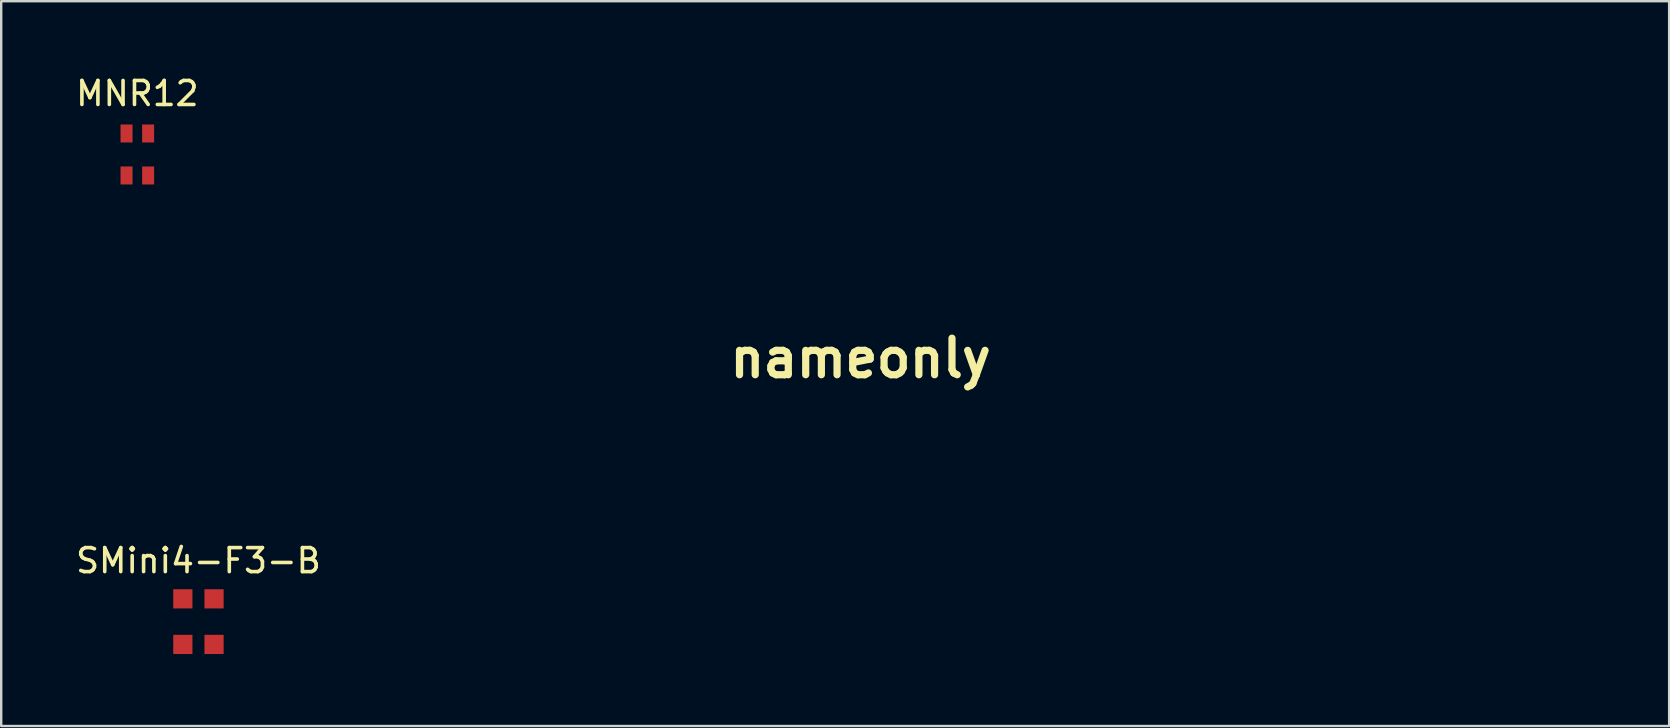
<source format=kicad_pcb>
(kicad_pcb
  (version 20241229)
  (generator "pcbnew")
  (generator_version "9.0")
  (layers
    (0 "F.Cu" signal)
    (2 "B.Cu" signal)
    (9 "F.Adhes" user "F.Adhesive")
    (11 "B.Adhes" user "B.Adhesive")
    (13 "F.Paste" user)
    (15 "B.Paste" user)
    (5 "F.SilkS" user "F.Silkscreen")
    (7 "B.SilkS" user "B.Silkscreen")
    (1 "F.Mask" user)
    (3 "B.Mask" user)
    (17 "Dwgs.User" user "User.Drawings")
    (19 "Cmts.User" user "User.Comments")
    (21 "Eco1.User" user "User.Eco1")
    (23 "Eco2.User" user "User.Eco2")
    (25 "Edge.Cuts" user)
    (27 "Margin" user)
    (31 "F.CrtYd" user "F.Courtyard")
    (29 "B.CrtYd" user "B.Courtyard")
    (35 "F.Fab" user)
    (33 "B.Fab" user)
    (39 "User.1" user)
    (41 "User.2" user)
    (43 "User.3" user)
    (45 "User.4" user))
  (footprint "SMini4-F3-B"
    (layer "F.Cu")
    (at 5.22 22.856)
    (property "Reference" "SMini4-F3-B" (at 0 -2.54 0) (layer "F.SilkS") (effects (font (size 1 1) (thickness 0.15))))
    (attr through_hole)
    (pad "1" smd rect (at -0.65 0.95) (size 0.8 0.8) (layers "F.Cu" "F.Mask" "F.Paste"))
    (pad "2" smd rect (at 0.65 0.95) (size 0.8 0.8) (layers "F.Cu" "F.Mask" "F.Paste"))
    (pad "3" smd rect (at 0.65 -0.95) (size 0.8 0.8) (layers "F.Cu" "F.Mask" "F.Paste"))
    (pad "4" smd rect (at -0.65 -0.95) (size 0.8 0.8) (layers "F.Cu" "F.Mask" "F.Paste")))
  (footprint "nameonly"
    (layer "F.Cu")
    (at 32.813 11.877)
    (property "Reference" "nameonly" (at 0 0 0) (layer "F.SilkS") (effects (font (size 1.524 1.524) (thickness 0.3))))
    (attr through_hole)
    (fp_poly (pts (xy 23.632 -3.657) (xy 23.922 -3.256) (xy 23.901 -3.087) (xy 23.464 -2.633) (xy 22.821 -2.554) (xy 22.394 -2.833) (xy 22.379 -3.405) (xy 22.514 -3.605) (xy 23.059 -3.812) (xy 23.632 -3.657)) (stroke (width 0.01) (type solid)) (fill yes) (layer "F.Mask"))
    (fp_poly (pts (xy 23.626 -1.355) (xy 23.836 -1.096) (xy 23.944 -0.495) (xy 23.984 0.585) (xy 23.989 1.587) (xy 23.976 3.046) (xy 23.915 3.936) (xy 23.773 4.397) (xy 23.519 4.567) (xy 23.283 4.586) (xy 22.94 4.53) (xy 22.731 4.271) (xy 22.622 3.67) (xy 22.582 2.59) (xy 22.578 1.587) (xy 22.591 0.129) (xy 22.652 -0.761) (xy 22.793 -1.222) (xy 23.048 -1.392) (xy 23.283 -1.411) (xy 23.626 -1.355)) (stroke (width 0.01) (type solid)) (fill yes) (layer "F.Mask"))
    (fp_poly (pts (xy -4.003 -1.179) (xy -3.881 -0.857) (xy -3.825 -0.489) (xy -3.543 -0.646) (xy -3.326 -0.857) (xy -2.595 -1.342) (xy -2.017 -1.307) (xy -1.765 -0.767) (xy -1.764 -0.717) (xy -1.921 -0.216) (xy -2.344 -0.245) (xy -3.014 -0.194) (xy -3.52 0.467) (xy -3.819 1.655) (xy -3.881 2.713) (xy -3.913 3.811) (xy -4.055 4.373) (xy -4.368 4.571) (xy -4.586 4.586) (xy -4.929 4.53) (xy -5.139 4.271) (xy -5.247 3.67) (xy -5.287 2.59) (xy -5.292 1.587) (xy -5.279 0.129) (xy -5.218 -0.761) (xy -5.076 -1.222) (xy -4.822 -1.392) (xy -4.586 -1.411) (xy -4.003 -1.179)) (stroke (width 0.01) (type solid)) (fill yes) (layer "F.Mask"))
    (fp_poly (pts (xy -29.463 -3.84) (xy -28.803 -3.696) (xy -28.579 -3.415) (xy -28.575 -3.351) (xy -28.808 -2.983) (xy -29.58 -2.832) (xy -29.986 -2.822) (xy -30.89 -2.785) (xy -31.291 -2.554) (xy -31.394 -1.952) (xy -31.397 -1.587) (xy -31.355 -0.797) (xy -31.091 -0.446) (xy -30.402 -0.356) (xy -29.986 -0.353) (xy -29.005 -0.265) (xy -28.601 0.024) (xy -28.575 0.176) (xy -28.808 0.544) (xy -29.58 0.696) (xy -29.986 0.706) (xy -30.889 0.74) (xy -31.291 0.977) (xy -31.394 1.622) (xy -31.397 2.117) (xy -31.397 3.528) (xy -29.81 3.528) (xy -28.763 3.597) (xy -28.287 3.833) (xy -28.222 4.057) (xy -28.375 4.354) (xy -28.922 4.519) (xy -29.995 4.582) (xy -30.515 4.586) (xy -32.808 4.586) (xy -32.808 -3.881) (xy -30.692 -3.881) (xy -29.463 -3.84)) (stroke (width 0.01) (type solid)) (fill yes) (layer "F.Mask"))
    (fp_poly (pts (xy 13.463 -3.665) (xy 13.917 -3.344) (xy 14.045 -2.933) (xy 14.062 -2.43) (xy 13.788 -2.336) (xy 13.065 -2.573) (xy 11.972 -2.769) (xy 11.164 -2.541) (xy 10.735 -2.028) (xy 10.774 -1.369) (xy 11.375 -0.704) (xy 11.708 -0.508) (xy 13.265 0.466) (xy 14.176 1.469) (xy 14.425 2.463) (xy 13.996 3.415) (xy 13.534 3.855) (xy 12.256 4.435) (xy 10.649 4.504) (xy 9.79 4.343) (xy 9.278 3.904) (xy 9.172 3.489) (xy 9.274 3.014) (xy 9.702 3.085) (xy 9.855 3.163) (xy 10.945 3.494) (xy 12.004 3.418) (xy 12.696 3.003) (xy 12.962 2.234) (xy 12.636 1.515) (xy 12.091 1.175) (xy 10.976 0.607) (xy 9.995 -0.188) (xy 9.338 -1.031) (xy 9.172 -1.58) (xy 9.493 -2.555) (xy 10.34 -3.32) (xy 11.541 -3.759) (xy 12.504 -3.809) (xy 13.463 -3.665)) (stroke (width 0.01) (type solid)) (fill yes) (layer "F.Mask"))
    (fp_poly (pts (xy 29.321 -1.362) (xy 30.022 -0.71) (xy 30.496 0.485) (xy 30.69 2.169) (xy 30.692 2.372) (xy 30.668 3.587) (xy 30.564 4.255) (xy 30.328 4.535) (xy 29.986 4.586) (xy 29.576 4.501) (xy 29.364 4.132) (xy 29.287 3.312) (xy 29.281 2.675) (xy 29.223 1.136) (xy 29.025 0.191) (xy 28.652 -0.267) (xy 28.255 -0.353) (xy 27.494 -0.135) (xy 27.032 0.571) (xy 26.829 1.842) (xy 26.811 2.54) (xy 26.784 3.698) (xy 26.663 4.315) (xy 26.394 4.555) (xy 26.106 4.586) (xy 25.762 4.53) (xy 25.553 4.271) (xy 25.444 3.67) (xy 25.405 2.59) (xy 25.4 1.587) (xy 25.413 0.129) (xy 25.474 -0.761) (xy 25.616 -1.222) (xy 25.87 -1.392) (xy 26.106 -1.411) (xy 26.696 -1.169) (xy 26.811 -0.827) (xy 26.862 -0.44) (xy 27.133 -0.546) (xy 27.456 -0.827) (xy 28.448 -1.419) (xy 29.321 -1.362)) (stroke (width 0.01) (type solid)) (fill yes) (layer "F.Mask"))
    (fp_poly (pts (xy -7.702 -1.155) (xy -7.068 -0.369) (xy -6.756 0.997) (xy -6.703 2.233) (xy -6.724 3.493) (xy -6.817 4.203) (xy -7.03 4.516) (xy -7.407 4.586) (xy -7.408 4.586) (xy -7.982 4.433) (xy -8.114 4.221) (xy -8.33 4.036) (xy -8.796 4.221) (xy -9.906 4.565) (xy -10.823 4.261) (xy -11.087 4.032) (xy -11.623 3.129) (xy -11.566 2.632) (xy -10.187 2.632) (xy -10.096 3.016) (xy -9.625 3.477) (xy -8.931 3.393) (xy -8.537 3.104) (xy -8.158 2.397) (xy -8.114 2.095) (xy -8.301 1.68) (xy -8.959 1.671) (xy -9.001 1.679) (xy -9.917 2.031) (xy -10.187 2.632) (xy -11.566 2.632) (xy -11.521 2.244) (xy -10.843 1.488) (xy -9.649 0.971) (xy -9.343 0.904) (xy -8.462 0.609) (xy -8.23 0.258) (xy -8.613 -0.03) (xy -9.575 -0.138) (xy -9.65 -0.136) (xy -10.552 -0.244) (xy -10.94 -0.55) (xy -10.751 -0.926) (xy -10.142 -1.189) (xy -8.71 -1.411) (xy -7.702 -1.155)) (stroke (width 0.01) (type solid)) (fill yes) (layer "F.Mask"))
    (fp_poly (pts (xy 16.631 -4.151) (xy 16.844 -3.796) (xy 16.924 -3) (xy 16.933 -2.238) (xy 16.948 -1.127) (xy 17.026 -0.602) (xy 17.224 -0.547) (xy 17.578 -0.827) (xy 18.57 -1.419) (xy 19.443 -1.362) (xy 20.144 -0.71) (xy 20.618 0.485) (xy 20.812 2.169) (xy 20.814 2.372) (xy 20.79 3.587) (xy 20.686 4.255) (xy 20.451 4.535) (xy 20.108 4.586) (xy 19.698 4.501) (xy 19.486 4.132) (xy 19.409 3.312) (xy 19.403 2.675) (xy 19.345 1.136) (xy 19.147 0.191) (xy 18.774 -0.267) (xy 18.377 -0.353) (xy 17.617 -0.135) (xy 17.154 0.571) (xy 16.951 1.842) (xy 16.933 2.54) (xy 16.906 3.698) (xy 16.786 4.315) (xy 16.516 4.555) (xy 16.228 4.586) (xy 15.935 4.546) (xy 15.737 4.349) (xy 15.615 3.881) (xy 15.55 3.027) (xy 15.526 1.672) (xy 15.522 0.176) (xy 15.529 -1.654) (xy 15.56 -2.893) (xy 15.635 -3.656) (xy 15.772 -4.057) (xy 15.989 -4.211) (xy 16.228 -4.233) (xy 16.631 -4.151)) (stroke (width 0.01) (type solid)) (fill yes) (layer "F.Mask"))
    (fp_poly (pts (xy 4.173 -4.193) (xy 4.372 -3.996) (xy 4.494 -3.528) (xy 4.558 -2.674) (xy 4.583 -1.319) (xy 4.586 0.176) (xy 4.58 2.006) (xy 4.548 3.246) (xy 4.473 4.008) (xy 4.337 4.41) (xy 4.12 4.564) (xy 3.881 4.586) (xy 3.29 4.344) (xy 3.175 4.002) (xy 3.125 3.615) (xy 2.853 3.721) (xy 2.53 4.002) (xy 1.5 4.53) (xy 0.395 4.384) (xy -0.545 3.72) (xy -1.248 2.629) (xy -1.361 1.847) (xy 0 1.847) (xy 0.275 2.88) (xy 1.037 3.449) (xy 1.587 3.528) (xy 2.397 3.337) (xy 2.752 3.104) (xy 3.055 2.467) (xy 3.175 1.587) (xy 2.948 0.412) (xy 2.265 -0.226) (xy 1.529 -0.353) (xy 0.704 -0.036) (xy 0.161 0.814) (xy 0 1.847) (xy -1.361 1.847) (xy -1.419 1.445) (xy -1.139 0.314) (xy -0.488 -0.618) (xy 0.454 -1.205) (xy 1.606 -1.301) (xy 2.142 -1.157) (xy 3.175 -0.767) (xy 3.175 -2.5) (xy 3.214 -3.547) (xy 3.376 -4.064) (xy 3.735 -4.227) (xy 3.881 -4.233) (xy 4.173 -4.193)) (stroke (width 0.01) (type solid)) (fill yes) (layer "F.Mask"))
    (fp_poly (pts (xy -21.932 -4.193) (xy -21.734 -3.996) (xy -21.612 -3.528) (xy -21.548 -2.674) (xy -21.523 -1.319) (xy -21.519 0.176) (xy -21.526 2.006) (xy -21.557 3.246) (xy -21.632 4.008) (xy -21.769 4.41) (xy -21.986 4.564) (xy -22.225 4.586) (xy -22.815 4.344) (xy -22.931 4.002) (xy -22.981 3.615) (xy -23.253 3.721) (xy -23.576 4.002) (xy -24.606 4.53) (xy -25.711 4.384) (xy -26.651 3.72) (xy -27.354 2.629) (xy -27.515 1.512) (xy -26.11 1.512) (xy -25.975 2.549) (xy -25.399 3.275) (xy -24.518 3.528) (xy -23.708 3.337) (xy -23.354 3.104) (xy -23.023 2.378) (xy -22.95 1.362) (xy -23.134 0.426) (xy -23.354 0.071) (xy -24.148 -0.316) (xy -25.044 -0.236) (xy -25.71 0.277) (xy -25.74 0.33) (xy -26.11 1.512) (xy -27.515 1.512) (xy -27.525 1.445) (xy -27.245 0.314) (xy -26.593 -0.618) (xy -25.651 -1.205) (xy -24.499 -1.301) (xy -23.964 -1.157) (xy -22.931 -0.767) (xy -22.931 -2.5) (xy -22.892 -3.547) (xy -22.729 -4.064) (xy -22.371 -4.227) (xy -22.225 -4.233) (xy -21.932 -4.193)) (stroke (width 0.01) (type solid)) (fill yes) (layer "F.Mask"))
    (fp_poly (pts (xy -12.193 -1.221) (xy -12.163 -0.97) (xy -12.327 -0.433) (xy -12.626 0.577) (xy -12.998 1.854) (xy -13.048 2.028) (xy -13.485 3.4) (xy -13.856 4.199) (xy -14.227 4.545) (xy -14.448 4.586) (xy -14.881 4.41) (xy -15.271 3.799) (xy -15.693 2.634) (xy -15.77 2.381) (xy -16.432 0.176) (xy -17.053 2.381) (xy -17.457 3.638) (xy -17.824 4.327) (xy -18.231 4.577) (xy -18.348 4.586) (xy -18.749 4.441) (xy -19.108 3.922) (xy -19.494 2.906) (xy -19.76 2.028) (xy -20.137 0.732) (xy -20.449 -0.324) (xy -20.634 -0.934) (xy -20.646 -0.97) (xy -20.486 -1.331) (xy -20.111 -1.411) (xy -19.597 -1.201) (xy -19.213 -0.484) (xy -19.045 0.088) (xy -18.651 1.526) (xy -18.328 2.519) (xy -18.107 2.986) (xy -18.02 2.877) (xy -17.91 2.29) (xy -17.659 1.288) (xy -17.437 0.495) (xy -17.017 -0.697) (xy -16.597 -1.292) (xy -16.251 -1.411) (xy -15.846 -1.241) (xy -15.522 -0.646) (xy -15.213 0.506) (xy -15.169 0.706) (xy -14.896 1.814) (xy -14.634 2.58) (xy -14.464 2.822) (xy -14.263 2.507) (xy -13.996 1.685) (xy -13.758 0.706) (xy -13.449 -0.521) (xy -13.136 -1.18) (xy -12.749 -1.406) (xy -12.663 -1.411) (xy -12.193 -1.221)) (stroke (width 0.01) (type solid)) (fill yes) (layer "F.Mask")))
  (footprint "MNR12"
    (layer "F.Cu")
    (at 2.673 3.388)
    (property "Reference" "MNR12" (at 0 -2.54 0) (layer "F.SilkS") (effects (font (size 1 1) (thickness 0.15))))
    (attr through_hole)
    (pad "1" smd rect (at -0.45 0.875) (size 0.5 0.75) (layers "F.Cu" "F.Mask" "F.Paste"))
    (pad "2" smd rect (at 0.45 0.875) (size 0.5 0.75) (layers "F.Cu" "F.Mask" "F.Paste"))
    (pad "3" smd rect (at 0.45 -0.875) (size 0.5 0.75) (layers "F.Cu" "F.Mask" "F.Paste"))
    (pad "4" smd rect (at -0.45 -0.875) (size 0.5 0.75) (layers "F.Cu" "F.Mask" "F.Paste")))
  (gr_rect
    (start -3 -3)
    (end 66.51 27.206)
    (stroke (width 0.1) (type default))
    (fill no)
    (layer "Edge.Cuts")))
</source>
